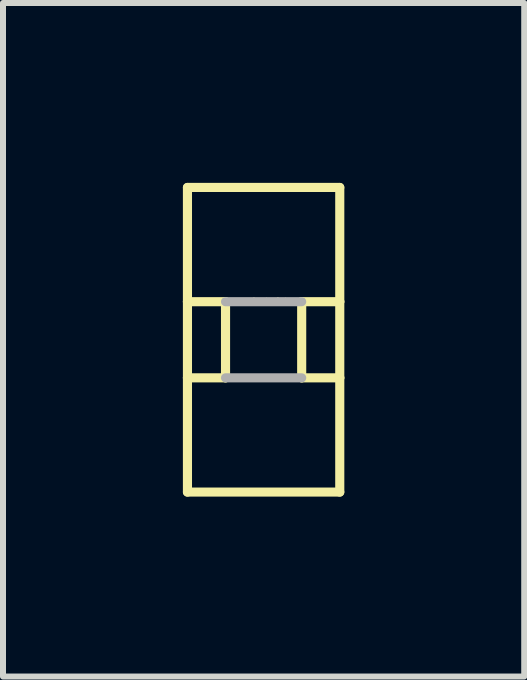
<source format=kicad_pcb>
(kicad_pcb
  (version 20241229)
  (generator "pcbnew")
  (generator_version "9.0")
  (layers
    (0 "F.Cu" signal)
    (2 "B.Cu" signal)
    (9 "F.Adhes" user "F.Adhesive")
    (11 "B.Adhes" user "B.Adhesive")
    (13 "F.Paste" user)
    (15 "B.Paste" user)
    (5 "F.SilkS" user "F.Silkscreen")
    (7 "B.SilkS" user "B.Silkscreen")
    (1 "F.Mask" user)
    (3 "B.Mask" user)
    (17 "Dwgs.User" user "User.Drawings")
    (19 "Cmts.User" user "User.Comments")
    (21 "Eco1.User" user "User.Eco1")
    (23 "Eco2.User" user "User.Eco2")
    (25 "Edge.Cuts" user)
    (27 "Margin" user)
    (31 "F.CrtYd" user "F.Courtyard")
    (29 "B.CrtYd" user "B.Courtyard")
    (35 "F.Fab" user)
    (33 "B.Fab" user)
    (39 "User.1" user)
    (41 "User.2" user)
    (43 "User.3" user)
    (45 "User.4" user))
  (footprint "footprint"
    (layer "F.Cu")
    (at 1.346 2.616)
    (property "Reference" "footprint" (at -0.2 -0.6 0) (layer "F.SilkS") (effects (font (size 0.092 0.092) (thickness 0.008)) (justify left bottom)))
    (fp_line (start -1.27 -2.54) (end 1.27 -2.54) (stroke (width 0.152) (type solid)) (layer "F.SilkS"))
    (fp_line (start -1.27 -0.635) (end -1.27 -2.54) (stroke (width 0.152) (type solid)) (layer "F.SilkS"))
    (fp_line (start -1.27 -0.635) (end -0.635 -0.635) (stroke (width 0.152) (type solid)) (layer "F.SilkS"))
    (fp_line (start -1.27 0.635) (end -1.27 -0.635) (stroke (width 0.152) (type solid)) (layer "F.SilkS"))
    (fp_line (start -1.27 0.635) (end -0.635 0.635) (stroke (width 0.152) (type solid)) (layer "F.SilkS"))
    (fp_line (start -1.27 2.54) (end -1.27 0.635) (stroke (width 0.152) (type solid)) (layer "F.SilkS"))
    (fp_line (start -0.635 0.635) (end -0.635 -0.635) (stroke (width 0.152) (type solid)) (layer "F.SilkS"))
    (fp_line (start 0.635 -0.635) (end 1.27 -0.635) (stroke (width 0.152) (type solid)) (layer "F.SilkS"))
    (fp_line (start 0.635 0.635) (end 0.635 -0.635) (stroke (width 0.152) (type solid)) (layer "F.SilkS"))
    (fp_line (start 0.635 0.635) (end 1.27 0.635) (stroke (width 0.152) (type solid)) (layer "F.SilkS"))
    (fp_line (start 1.27 -2.54) (end 1.27 -0.635) (stroke (width 0.152) (type solid)) (layer "F.SilkS"))
    (fp_line (start 1.27 -0.635) (end 1.27 0.635) (stroke (width 0.152) (type solid)) (layer "F.SilkS"))
    (fp_line (start 1.27 0.635) (end 1.27 2.54) (stroke (width 0.152) (type solid)) (layer "F.SilkS"))
    (fp_line (start 1.27 2.54) (end -1.27 2.54) (stroke (width 0.152) (type solid)) (layer "F.SilkS"))
    (fp_line (start -0.635 -0.635) (end 0.635 -0.635) (stroke (width 0.152) (type solid)) (layer "F.Fab"))
    (fp_line (start -0.635 0.635) (end 0.635 0.635) (stroke (width 0.152) (type solid)) (layer "F.Fab")))
  (gr_rect
    (start -3 -3)
    (end 5.692 8.232)
    (stroke (width 0.1) (type default))
    (fill no)
    (layer "Edge.Cuts")))
</source>
